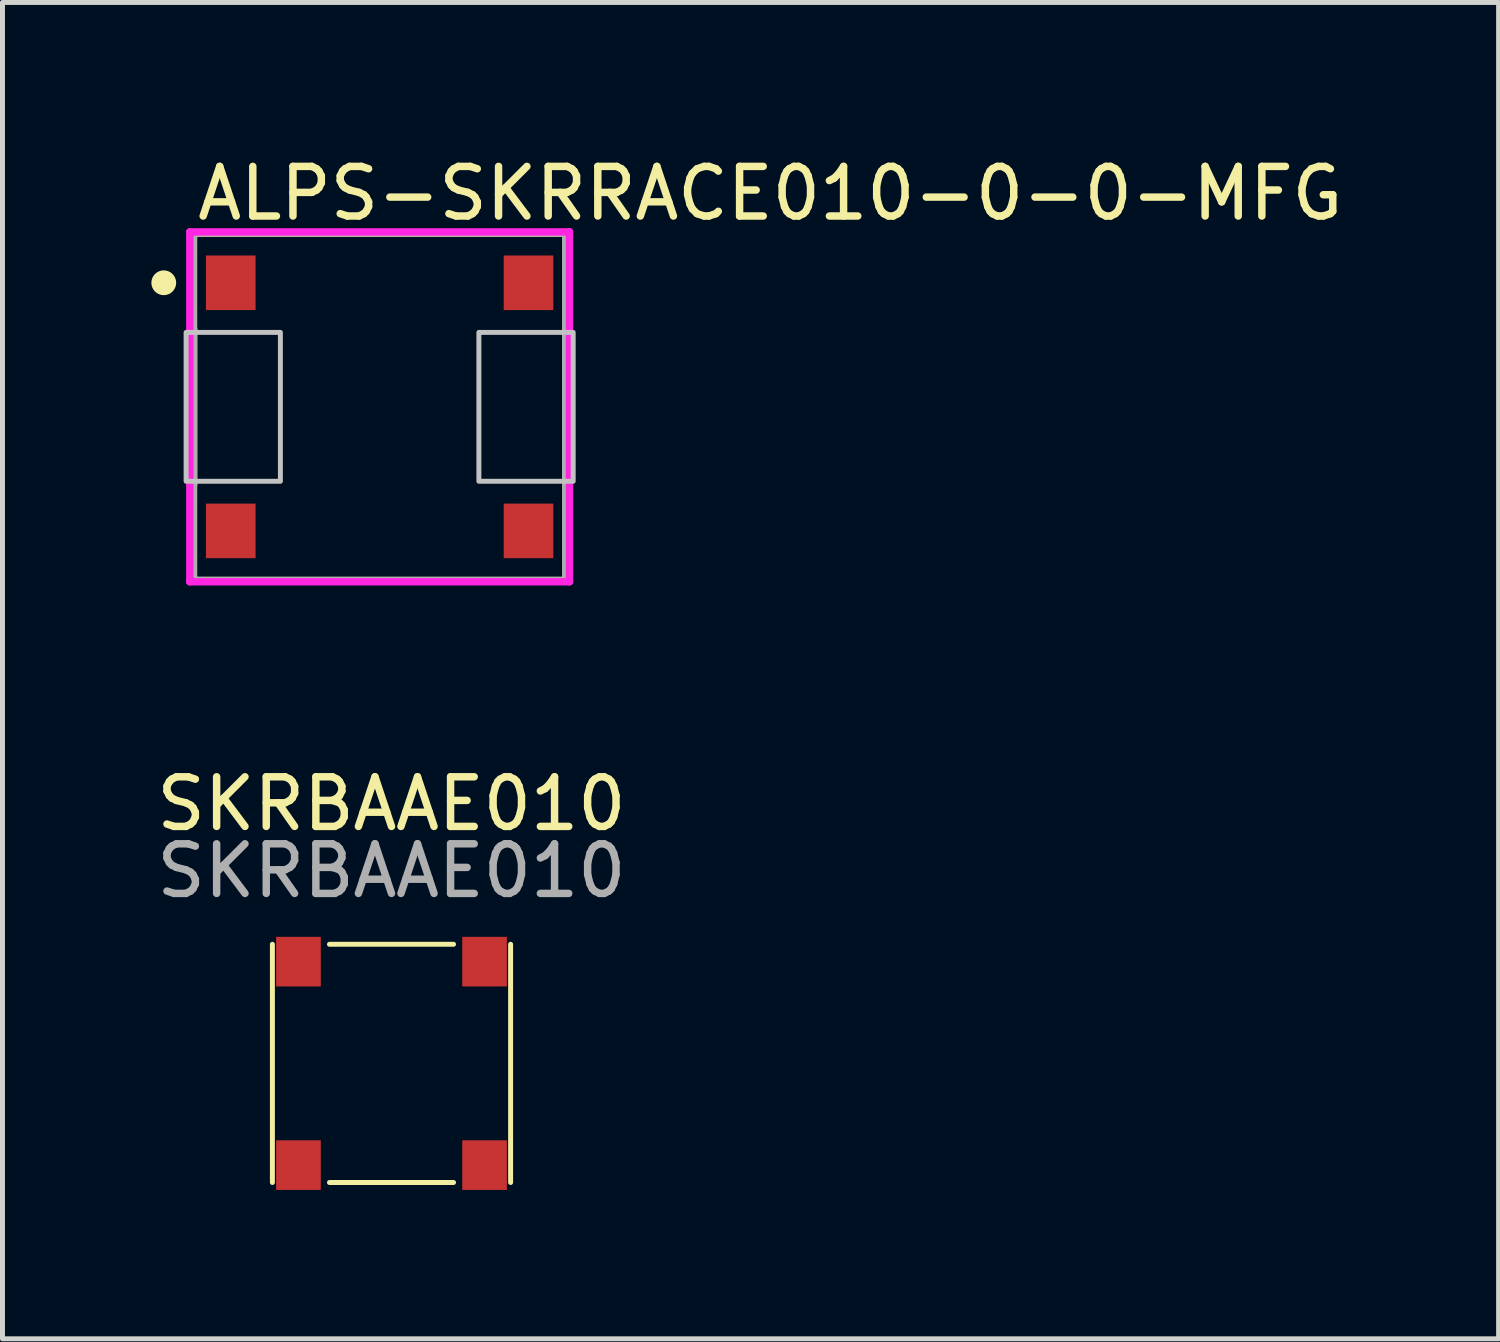
<source format=kicad_pcb>
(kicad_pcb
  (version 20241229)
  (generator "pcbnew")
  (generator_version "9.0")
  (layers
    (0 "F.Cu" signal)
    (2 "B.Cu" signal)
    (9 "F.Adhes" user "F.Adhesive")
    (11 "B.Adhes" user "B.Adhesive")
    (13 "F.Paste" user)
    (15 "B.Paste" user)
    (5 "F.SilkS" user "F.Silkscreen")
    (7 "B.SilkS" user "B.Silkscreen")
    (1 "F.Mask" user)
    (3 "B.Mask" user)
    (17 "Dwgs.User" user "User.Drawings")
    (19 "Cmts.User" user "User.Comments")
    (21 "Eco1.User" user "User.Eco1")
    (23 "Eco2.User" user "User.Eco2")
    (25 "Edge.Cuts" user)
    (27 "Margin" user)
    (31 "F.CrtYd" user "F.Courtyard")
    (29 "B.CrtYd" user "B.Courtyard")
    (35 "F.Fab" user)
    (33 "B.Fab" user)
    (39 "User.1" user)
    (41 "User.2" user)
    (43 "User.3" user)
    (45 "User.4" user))
  (footprint "ALPS-SKRRACE010-0-0-MFG"
    (layer "F.Cu")
    (at 4.6 5.148)
    (property "Reference" "ALPS-SKRRACE010-0-0-MFG" (at -3.75 -4.3 0) (layer "F.SilkS") (effects (font (size 1 1) (thickness 0.15)) (justify left)))
    (attr through_hole)
    (fp_line (start -3.75 -3.5) (end 3.75 -3.5) (stroke (width 0.15) (type solid)) (layer "F.SilkS"))
    (fp_line (start -3.75 -3.425) (end -3.75 -3.5) (stroke (width 0.15) (type solid)) (layer "F.SilkS"))
    (fp_line (start -3.75 1.575) (end -3.75 -1.575) (stroke (width 0.15) (type solid)) (layer "F.SilkS"))
    (fp_line (start -3.75 3.5) (end -3.75 3.425) (stroke (width 0.15) (type solid)) (layer "F.SilkS"))
    (fp_line (start -3.75 3.5) (end 3.75 3.5) (stroke (width 0.15) (type solid)) (layer "F.SilkS"))
    (fp_line (start 3.75 -3.425) (end 3.75 -3.5) (stroke (width 0.15) (type solid)) (layer "F.SilkS"))
    (fp_line (start 3.75 1.575) (end 3.75 -1.575) (stroke (width 0.15) (type solid)) (layer "F.SilkS"))
    (fp_line (start 3.75 3.5) (end 3.75 3.425) (stroke (width 0.15) (type solid)) (layer "F.SilkS"))
    (fp_circle (center -4.35 -2.5) (end -4.225 -2.5) (stroke (width 0.25) (type solid)) (fill no) (layer "F.SilkS"))
    (fp_poly (pts (xy -3.9 -1.5) (xy -2 -1.5) (xy -2 1.5) (xy -3.9 1.5)) (stroke (width 0.1) (type solid)) (fill no) (layer "Dwgs.User"))
    (fp_poly (pts (xy 2 -1.5) (xy 3.9 -1.5) (xy 3.9 1.5) (xy 2 1.5)) (stroke (width 0.1) (type solid)) (fill no) (layer "Dwgs.User"))
    (fp_line (start -3.825 -3.525) (end -3.825 3.525) (stroke (width 0.15) (type solid)) (layer "F.CrtYd"))
    (fp_line (start -3.825 3.525) (end 3.825 3.525) (stroke (width 0.15) (type solid)) (layer "F.CrtYd"))
    (fp_line (start 3.825 -3.525) (end -3.825 -3.525) (stroke (width 0.15) (type solid)) (layer "F.CrtYd"))
    (fp_line (start 3.825 -3.525) (end 3.825 -3.525) (stroke (width 0.15) (type solid)) (layer "F.CrtYd"))
    (fp_line (start 3.825 3.525) (end 3.825 -3.525) (stroke (width 0.15) (type solid)) (layer "F.CrtYd"))
    (fp_line (start -3.75 -3.5) (end 3.75 -3.5) (stroke (width 0.15) (type solid)) (layer "F.Fab"))
    (fp_line (start -3.75 3.5) (end -3.75 -3.5) (stroke (width 0.15) (type solid)) (layer "F.Fab"))
    (fp_line (start 3.75 -3.5) (end 3.75 3.5) (stroke (width 0.15) (type solid)) (layer "F.Fab"))
    (fp_line (start 3.75 3.5) (end -3.75 3.5) (stroke (width 0.15) (type solid)) (layer "F.Fab"))
    (pad "1" smd rect (at -3 -2.5) (size 1 1.1) (layers "F.Cu" "F.Mask" "F.Paste"))
    (pad "2" smd rect (at -3 2.5) (size 1 1.1) (layers "F.Cu" "F.Mask" "F.Paste"))
    (pad "3" smd rect (at 3 -2.5) (size 1 1.1) (layers "F.Cu" "F.Mask" "F.Paste"))
    (pad "4" smd rect (at 3 2.5) (size 1 1.1) (layers "F.Cu" "F.Mask" "F.Paste")))
  (footprint "SKRBAAE010"
    (layer "F.Cu")
    (at 4.839 11.998)
    (property "Reference" "SKRBAAE010" (at 0 1.15 0) (unlocked yes) (layer "F.SilkS") (effects (font (size 1 1) (thickness 0.15))))
    (fp_line (start -2.4 8.78) (end -2.4 3.98) (stroke (width 0.1) (type solid)) (layer "F.SilkS"))
    (fp_line (start -1.25 3.98) (end 1.25 3.98) (stroke (width 0.1) (type solid)) (layer "F.SilkS"))
    (fp_line (start 1.25 8.78) (end -1.25 8.78) (stroke (width 0.1) (type solid)) (layer "F.SilkS"))
    (fp_line (start 2.4 3.98) (end 2.4 8.78) (stroke (width 0.1) (type solid)) (layer "F.SilkS"))
    (fp_text user "${REFERENCE}" (at 0 2.5 0) (unlocked yes) (layer "F.Fab") (effects (font (size 1 1) (thickness 0.15))))
    (pad "1" smd rect (at -1.875 4.33 90) (size 1 0.9) (layers "F.Cu" "F.Mask" "F.Paste"))
    (pad "2" smd rect (at -1.875 8.43 90) (size 1 0.9) (layers "F.Cu" "F.Mask" "F.Paste"))
    (pad "3" smd rect (at 1.875 4.33 90) (size 1 0.9) (layers "F.Cu" "F.Mask" "F.Paste"))
    (pad "4" smd rect (at 1.875 8.43 90) (size 1 0.9) (layers "F.Cu" "F.Mask" "F.Paste")))
  (gr_rect
    (start -3 -3)
    (end 27.148 23.928)
    (stroke (width 0.1) (type default))
    (fill no)
    (layer "Edge.Cuts")))
</source>
